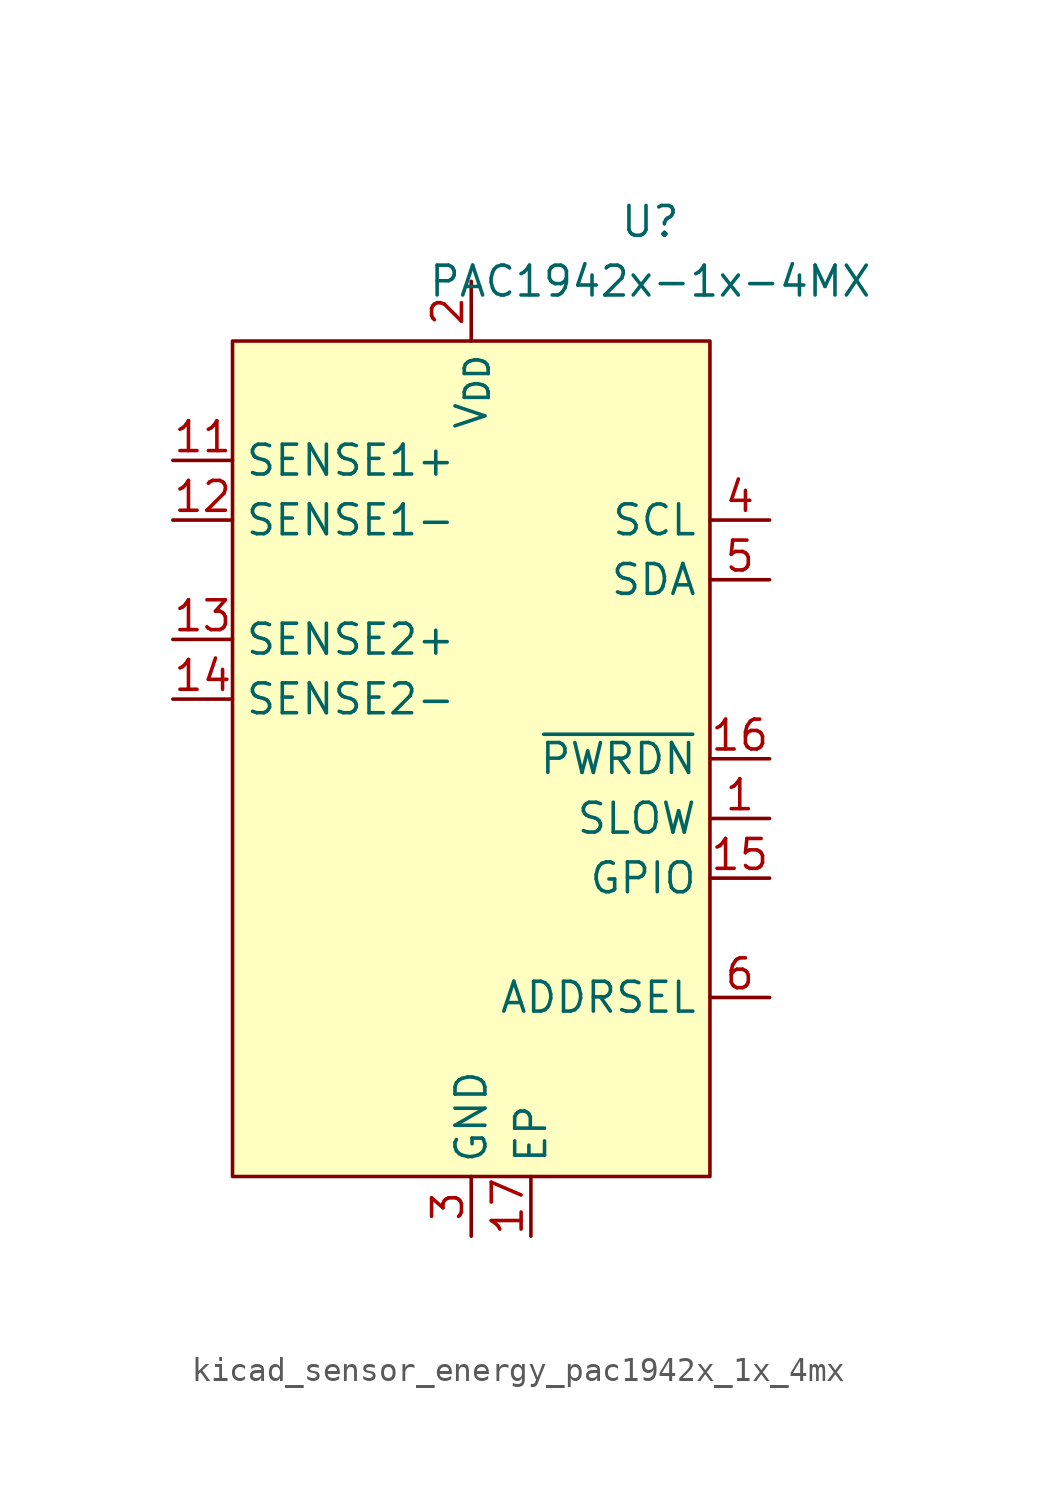
<source format=kicad_sym>
(kicad_symbol_lib
  (version 20220914)
  (generator kicad_symbol_editor)
  (symbol "kicad_sensor_energy_pac1942x_1x_4mx"
    (property "Reference" "U"
      (at 7.62 22.86 0)
      (effects (font (size 1.27 1.27))))
    (property "Value" "PAC1942x-1x-4MX"
      (at 7.62 20.32 0)
      (effects (font (size 1.27 1.27))))
    (symbol "kicad_sensor_energy_pac1942x_1x_4mx_0_0"
      (pin input line (at 12.7 -2.54 180) (length 2.54) (name "SLOW" (effects (font (size 1.27 1.27)))) (number "1" (effects (font (size 1.27 1.27)))) (alternate "GPIO" bidirectional line) (alternate "~{ALERT1}" open_collector line))
      (pin passive line (at 0 -20.32 90) (length 2.54) hide (name "GND" (effects (font (size 1.27 1.27)))) (number "10" (effects (font (size 1.27 1.27)))))
      (pin input line (at -12.7 12.7 0) (length 2.54) (name "SENSE1+" (effects (font (size 1.27 1.27)))) (number "11" (effects (font (size 1.27 1.27)))))
      (pin input line (at -12.7 10.16 0) (length 2.54) (name "SENSE1-" (effects (font (size 1.27 1.27)))) (number "12" (effects (font (size 1.27 1.27)))))
      (pin input line (at -12.7 5.08 0) (length 2.54) (name "SENSE2+" (effects (font (size 1.27 1.27)))) (number "13" (effects (font (size 1.27 1.27)))))
      (pin input line (at -12.7 2.54 0) (length 2.54) (name "SENSE2-" (effects (font (size 1.27 1.27)))) (number "14" (effects (font (size 1.27 1.27)))))
      (pin bidirectional line (at 12.7 -5.08 180) (length 2.54) (name "GPIO" (effects (font (size 1.27 1.27)))) (number "15" (effects (font (size 1.27 1.27)))) (alternate "~{ALERT2}" open_collector line))
      (pin input line (at 12.7 0 180) (length 2.54) (name "~{PWRDN}" (effects (font (size 1.27 1.27)))) (number "16" (effects (font (size 1.27 1.27)))))
      (pin passive line (at 2.54 -20.32 90) (length 2.54) (name "EP" (effects (font (size 1.27 1.27)))) (number "17" (effects (font (size 1.27 1.27)))))
      (pin power_in line (at 0 20.32 270) (length 2.54) (name "V_{DD}" (effects (font (size 1.27 1.27)))) (number "2" (effects (font (size 1.27 1.27)))))
      (pin power_in line (at 0 -20.32 90) (length 2.54) (name "GND" (effects (font (size 1.27 1.27)))) (number "3" (effects (font (size 1.27 1.27)))))
      (pin input line (at 12.7 10.16 180) (length 2.54) (name "SCL" (effects (font (size 1.27 1.27)))) (number "4" (effects (font (size 1.27 1.27)))) (alternate "SM_CLK" input line))
      (pin bidirectional line (at 12.7 7.62 180) (length 2.54) (name "SDA" (effects (font (size 1.27 1.27)))) (number "5" (effects (font (size 1.27 1.27)))) (alternate "SM_DATA" bidirectional line))
      (pin passive line (at 12.7 -10.16 180) (length 2.54) (name "ADDRSEL" (effects (font (size 1.27 1.27)))) (number "6" (effects (font (size 1.27 1.27)))))
      (pin passive line (at 0 -20.32 90) (length 2.54) hide (name "GND" (effects (font (size 1.27 1.27)))) (number "7" (effects (font (size 1.27 1.27)))))
      (pin passive line (at 0 -20.32 90) (length 2.54) hide (name "GND" (effects (font (size 1.27 1.27)))) (number "8" (effects (font (size 1.27 1.27)))))
      (pin passive line (at 0 -20.32 90) (length 2.54) hide (name "GND" (effects (font (size 1.27 1.27)))) (number "9" (effects (font (size 1.27 1.27))))))
    (symbol "kicad_sensor_energy_pac1942x_1x_4mx_0_1"
      (rectangle (start -10.16 17.78) (end 10.16 -17.78) (stroke (width 0) (type default)) (fill (type background))))))
</source>
